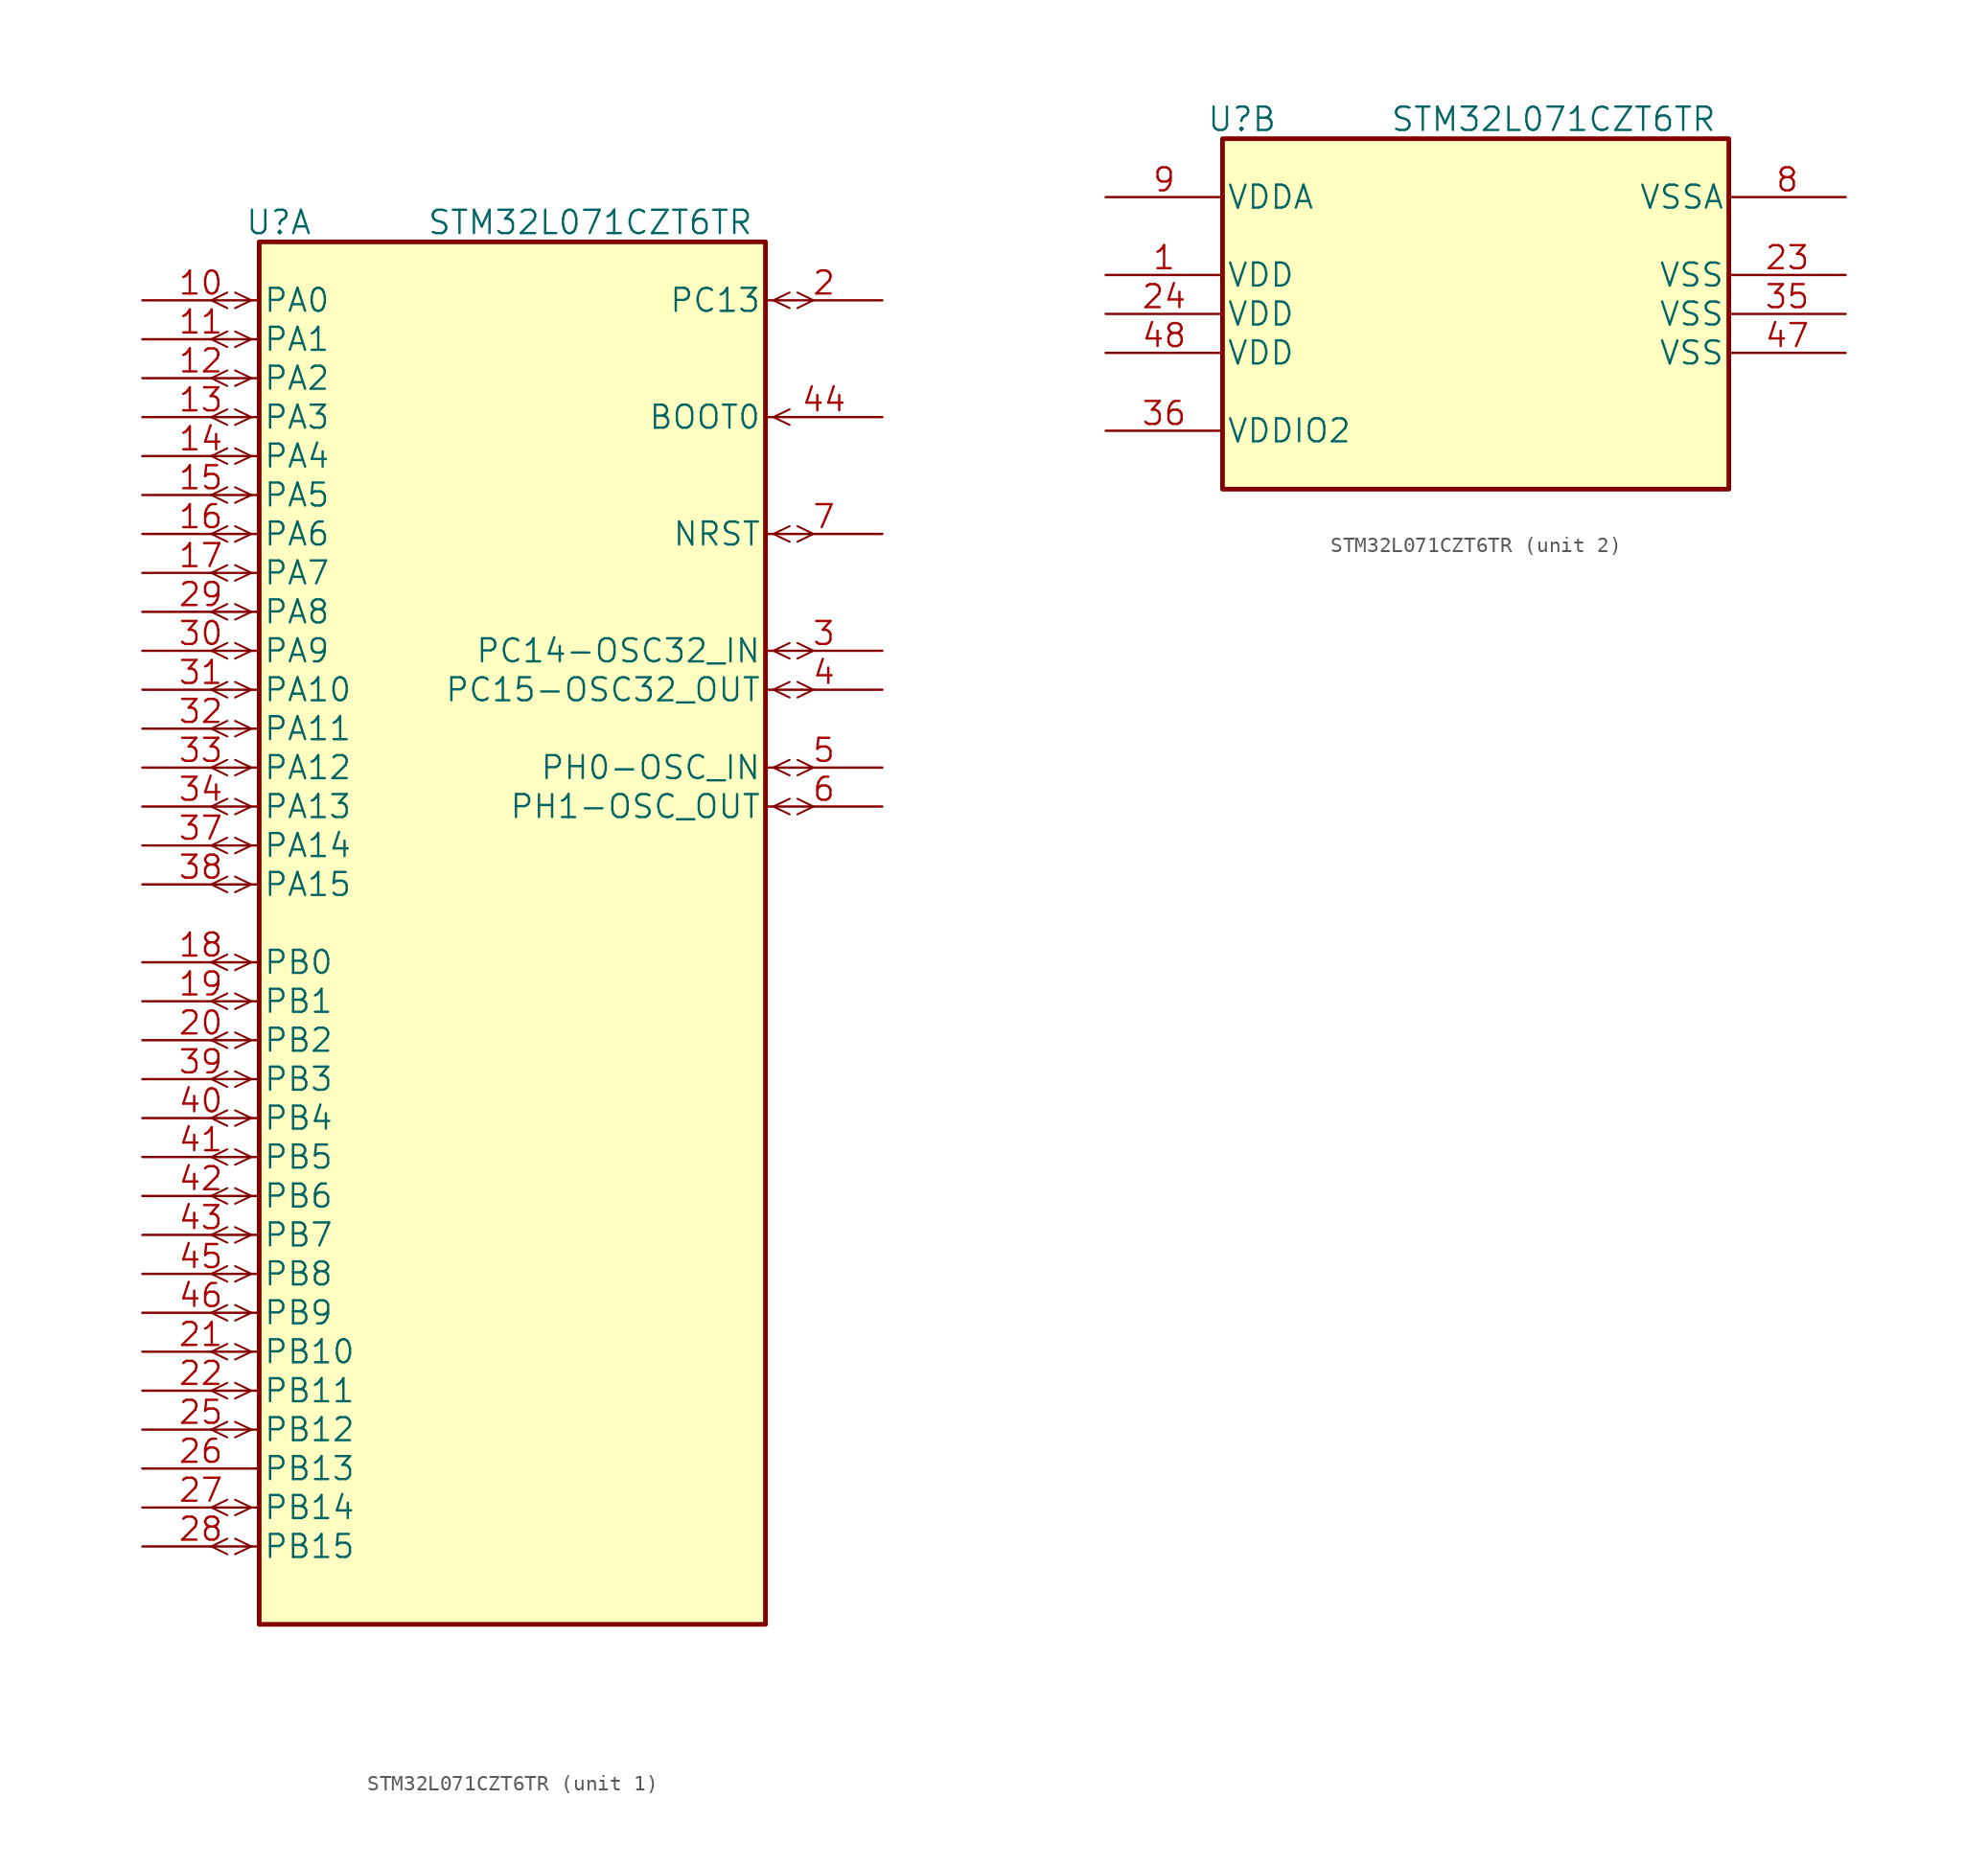
<source format=kicad_sym>
(kicad_symbol_lib
  (version 20211014)
  (generator kicad_symbol_editor)
  (symbol "STM32L071CZT6TR"
    (pin_names
      (offset 0.254))
    (property "Reference" "U"
      (at 8.89 5.08 0)
      (effects (font (size 1.524 1.524))))
    (property "Value" "STM32L071CZT6TR"
      (at 29.21 5.08 0)
      (effects (font (size 1.524 1.524))))
    (symbol "STM32L071CZT6TR_1_1"
      (polyline (pts (xy 5.537 -81.788) (xy 4.496 -81.28)) (stroke (width 0.127) (type default) (color 0 0 0 0)) (fill (type none)))
      (polyline (pts (xy 5.537 -80.772) (xy 4.496 -81.28)) (stroke (width 0.127) (type default) (color 0 0 0 0)) (fill (type none)))
      (polyline (pts (xy 5.537 -79.248) (xy 4.496 -78.74)) (stroke (width 0.127) (type default) (color 0 0 0 0)) (fill (type none)))
      (polyline (pts (xy 5.537 -78.232) (xy 4.496 -78.74)) (stroke (width 0.127) (type default) (color 0 0 0 0)) (fill (type none)))
      (polyline (pts (xy 5.537 -74.168) (xy 4.496 -73.66)) (stroke (width 0.127) (type default) (color 0 0 0 0)) (fill (type none)))
      (polyline (pts (xy 5.537 -73.152) (xy 4.496 -73.66)) (stroke (width 0.127) (type default) (color 0 0 0 0)) (fill (type none)))
      (polyline (pts (xy 5.537 -71.628) (xy 4.496 -71.12)) (stroke (width 0.127) (type default) (color 0 0 0 0)) (fill (type none)))
      (polyline (pts (xy 5.537 -70.612) (xy 4.496 -71.12)) (stroke (width 0.127) (type default) (color 0 0 0 0)) (fill (type none)))
      (polyline (pts (xy 5.537 -69.088) (xy 4.496 -68.58)) (stroke (width 0.127) (type default) (color 0 0 0 0)) (fill (type none)))
      (polyline (pts (xy 5.537 -68.072) (xy 4.496 -68.58)) (stroke (width 0.127) (type default) (color 0 0 0 0)) (fill (type none)))
      (polyline (pts (xy 5.537 -66.548) (xy 4.496 -66.04)) (stroke (width 0.127) (type default) (color 0 0 0 0)) (fill (type none)))
      (polyline (pts (xy 5.537 -65.532) (xy 4.496 -66.04)) (stroke (width 0.127) (type default) (color 0 0 0 0)) (fill (type none)))
      (polyline (pts (xy 5.537 -64.008) (xy 4.496 -63.5)) (stroke (width 0.127) (type default) (color 0 0 0 0)) (fill (type none)))
      (polyline (pts (xy 5.537 -62.992) (xy 4.496 -63.5)) (stroke (width 0.127) (type default) (color 0 0 0 0)) (fill (type none)))
      (polyline (pts (xy 5.537 -61.468) (xy 4.496 -60.96)) (stroke (width 0.127) (type default) (color 0 0 0 0)) (fill (type none)))
      (polyline (pts (xy 5.537 -60.452) (xy 4.496 -60.96)) (stroke (width 0.127) (type default) (color 0 0 0 0)) (fill (type none)))
      (polyline (pts (xy 5.537 -58.928) (xy 4.496 -58.42)) (stroke (width 0.127) (type default) (color 0 0 0 0)) (fill (type none)))
      (polyline (pts (xy 5.537 -57.912) (xy 4.496 -58.42)) (stroke (width 0.127) (type default) (color 0 0 0 0)) (fill (type none)))
      (polyline (pts (xy 5.537 -56.388) (xy 4.496 -55.88)) (stroke (width 0.127) (type default) (color 0 0 0 0)) (fill (type none)))
      (polyline (pts (xy 5.537 -55.372) (xy 4.496 -55.88)) (stroke (width 0.127) (type default) (color 0 0 0 0)) (fill (type none)))
      (polyline (pts (xy 5.537 -53.848) (xy 4.496 -53.34)) (stroke (width 0.127) (type default) (color 0 0 0 0)) (fill (type none)))
      (polyline (pts (xy 5.537 -52.832) (xy 4.496 -53.34)) (stroke (width 0.127) (type default) (color 0 0 0 0)) (fill (type none)))
      (polyline (pts (xy 5.537 -51.308) (xy 4.496 -50.8)) (stroke (width 0.127) (type default) (color 0 0 0 0)) (fill (type none)))
      (polyline (pts (xy 5.537 -50.292) (xy 4.496 -50.8)) (stroke (width 0.127) (type default) (color 0 0 0 0)) (fill (type none)))
      (polyline (pts (xy 5.537 -48.768) (xy 4.496 -48.26)) (stroke (width 0.127) (type default) (color 0 0 0 0)) (fill (type none)))
      (polyline (pts (xy 5.537 -47.752) (xy 4.496 -48.26)) (stroke (width 0.127) (type default) (color 0 0 0 0)) (fill (type none)))
      (polyline (pts (xy 5.537 -46.228) (xy 4.496 -45.72)) (stroke (width 0.127) (type default) (color 0 0 0 0)) (fill (type none)))
      (polyline (pts (xy 5.537 -45.212) (xy 4.496 -45.72)) (stroke (width 0.127) (type default) (color 0 0 0 0)) (fill (type none)))
      (polyline (pts (xy 5.537 -43.688) (xy 4.496 -43.18)) (stroke (width 0.127) (type default) (color 0 0 0 0)) (fill (type none)))
      (polyline (pts (xy 5.537 -42.672) (xy 4.496 -43.18)) (stroke (width 0.127) (type default) (color 0 0 0 0)) (fill (type none)))
      (polyline (pts (xy 5.537 -38.608) (xy 4.496 -38.1)) (stroke (width 0.127) (type default) (color 0 0 0 0)) (fill (type none)))
      (polyline (pts (xy 5.537 -37.592) (xy 4.496 -38.1)) (stroke (width 0.127) (type default) (color 0 0 0 0)) (fill (type none)))
      (polyline (pts (xy 5.537 -36.068) (xy 4.496 -35.56)) (stroke (width 0.127) (type default) (color 0 0 0 0)) (fill (type none)))
      (polyline (pts (xy 5.537 -35.052) (xy 4.496 -35.56)) (stroke (width 0.127) (type default) (color 0 0 0 0)) (fill (type none)))
      (polyline (pts (xy 5.537 -33.528) (xy 4.496 -33.02)) (stroke (width 0.127) (type default) (color 0 0 0 0)) (fill (type none)))
      (polyline (pts (xy 5.537 -32.512) (xy 4.496 -33.02)) (stroke (width 0.127) (type default) (color 0 0 0 0)) (fill (type none)))
      (polyline (pts (xy 5.537 -30.988) (xy 4.496 -30.48)) (stroke (width 0.127) (type default) (color 0 0 0 0)) (fill (type none)))
      (polyline (pts (xy 5.537 -29.972) (xy 4.496 -30.48)) (stroke (width 0.127) (type default) (color 0 0 0 0)) (fill (type none)))
      (polyline (pts (xy 5.537 -28.448) (xy 4.496 -27.94)) (stroke (width 0.127) (type default) (color 0 0 0 0)) (fill (type none)))
      (polyline (pts (xy 5.537 -27.432) (xy 4.496 -27.94)) (stroke (width 0.127) (type default) (color 0 0 0 0)) (fill (type none)))
      (polyline (pts (xy 5.537 -25.908) (xy 4.496 -25.4)) (stroke (width 0.127) (type default) (color 0 0 0 0)) (fill (type none)))
      (polyline (pts (xy 5.537 -24.892) (xy 4.496 -25.4)) (stroke (width 0.127) (type default) (color 0 0 0 0)) (fill (type none)))
      (polyline (pts (xy 5.537 -23.368) (xy 4.496 -22.86)) (stroke (width 0.127) (type default) (color 0 0 0 0)) (fill (type none)))
      (polyline (pts (xy 5.537 -22.352) (xy 4.496 -22.86)) (stroke (width 0.127) (type default) (color 0 0 0 0)) (fill (type none)))
      (polyline (pts (xy 5.537 -20.828) (xy 4.496 -20.32)) (stroke (width 0.127) (type default) (color 0 0 0 0)) (fill (type none)))
      (polyline (pts (xy 5.537 -19.812) (xy 4.496 -20.32)) (stroke (width 0.127) (type default) (color 0 0 0 0)) (fill (type none)))
      (polyline (pts (xy 5.537 -18.288) (xy 4.496 -17.78)) (stroke (width 0.127) (type default) (color 0 0 0 0)) (fill (type none)))
      (polyline (pts (xy 5.537 -17.272) (xy 4.496 -17.78)) (stroke (width 0.127) (type default) (color 0 0 0 0)) (fill (type none)))
      (polyline (pts (xy 5.537 -15.748) (xy 4.496 -15.24)) (stroke (width 0.127) (type default) (color 0 0 0 0)) (fill (type none)))
      (polyline (pts (xy 5.537 -14.732) (xy 4.496 -15.24)) (stroke (width 0.127) (type default) (color 0 0 0 0)) (fill (type none)))
      (polyline (pts (xy 5.537 -13.208) (xy 4.496 -12.7)) (stroke (width 0.127) (type default) (color 0 0 0 0)) (fill (type none)))
      (polyline (pts (xy 5.537 -12.192) (xy 4.496 -12.7)) (stroke (width 0.127) (type default) (color 0 0 0 0)) (fill (type none)))
      (polyline (pts (xy 5.537 -10.668) (xy 4.496 -10.16)) (stroke (width 0.127) (type default) (color 0 0 0 0)) (fill (type none)))
      (polyline (pts (xy 5.537 -9.652) (xy 4.496 -10.16)) (stroke (width 0.127) (type default) (color 0 0 0 0)) (fill (type none)))
      (polyline (pts (xy 5.537 -8.128) (xy 4.496 -7.62)) (stroke (width 0.127) (type default) (color 0 0 0 0)) (fill (type none)))
      (polyline (pts (xy 5.537 -7.112) (xy 4.496 -7.62)) (stroke (width 0.127) (type default) (color 0 0 0 0)) (fill (type none)))
      (polyline (pts (xy 5.537 -5.588) (xy 4.496 -5.08)) (stroke (width 0.127) (type default) (color 0 0 0 0)) (fill (type none)))
      (polyline (pts (xy 5.537 -4.572) (xy 4.496 -5.08)) (stroke (width 0.127) (type default) (color 0 0 0 0)) (fill (type none)))
      (polyline (pts (xy 5.537 -3.048) (xy 4.496 -2.54)) (stroke (width 0.127) (type default) (color 0 0 0 0)) (fill (type none)))
      (polyline (pts (xy 5.537 -2.032) (xy 4.496 -2.54)) (stroke (width 0.127) (type default) (color 0 0 0 0)) (fill (type none)))
      (polyline (pts (xy 5.537 -0.508) (xy 4.496 0)) (stroke (width 0.127) (type default) (color 0 0 0 0)) (fill (type none)))
      (polyline (pts (xy 5.537 0.508) (xy 4.496 0)) (stroke (width 0.127) (type default) (color 0 0 0 0)) (fill (type none)))
      (polyline (pts (xy 7.112 -81.28) (xy 6.045 -81.788)) (stroke (width 0.127) (type default) (color 0 0 0 0)) (fill (type none)))
      (polyline (pts (xy 7.112 -81.28) (xy 6.045 -80.772)) (stroke (width 0.127) (type default) (color 0 0 0 0)) (fill (type none)))
      (polyline (pts (xy 7.112 -78.74) (xy 6.045 -79.248)) (stroke (width 0.127) (type default) (color 0 0 0 0)) (fill (type none)))
      (polyline (pts (xy 7.112 -78.74) (xy 6.045 -78.232)) (stroke (width 0.127) (type default) (color 0 0 0 0)) (fill (type none)))
      (polyline (pts (xy 7.112 -73.66) (xy 6.045 -74.168)) (stroke (width 0.127) (type default) (color 0 0 0 0)) (fill (type none)))
      (polyline (pts (xy 7.112 -73.66) (xy 6.045 -73.152)) (stroke (width 0.127) (type default) (color 0 0 0 0)) (fill (type none)))
      (polyline (pts (xy 7.112 -71.12) (xy 6.045 -71.628)) (stroke (width 0.127) (type default) (color 0 0 0 0)) (fill (type none)))
      (polyline (pts (xy 7.112 -71.12) (xy 6.045 -70.612)) (stroke (width 0.127) (type default) (color 0 0 0 0)) (fill (type none)))
      (polyline (pts (xy 7.112 -68.58) (xy 6.045 -69.088)) (stroke (width 0.127) (type default) (color 0 0 0 0)) (fill (type none)))
      (polyline (pts (xy 7.112 -68.58) (xy 6.045 -68.072)) (stroke (width 0.127) (type default) (color 0 0 0 0)) (fill (type none)))
      (polyline (pts (xy 7.112 -66.04) (xy 6.045 -66.548)) (stroke (width 0.127) (type default) (color 0 0 0 0)) (fill (type none)))
      (polyline (pts (xy 7.112 -66.04) (xy 6.045 -65.532)) (stroke (width 0.127) (type default) (color 0 0 0 0)) (fill (type none)))
      (polyline (pts (xy 7.112 -63.5) (xy 6.045 -64.008)) (stroke (width 0.127) (type default) (color 0 0 0 0)) (fill (type none)))
      (polyline (pts (xy 7.112 -63.5) (xy 6.045 -62.992)) (stroke (width 0.127) (type default) (color 0 0 0 0)) (fill (type none)))
      (polyline (pts (xy 7.112 -60.96) (xy 6.045 -61.468)) (stroke (width 0.127) (type default) (color 0 0 0 0)) (fill (type none)))
      (polyline (pts (xy 7.112 -60.96) (xy 6.045 -60.452)) (stroke (width 0.127) (type default) (color 0 0 0 0)) (fill (type none)))
      (polyline (pts (xy 7.112 -58.42) (xy 6.045 -58.928)) (stroke (width 0.127) (type default) (color 0 0 0 0)) (fill (type none)))
      (polyline (pts (xy 7.112 -58.42) (xy 6.045 -57.912)) (stroke (width 0.127) (type default) (color 0 0 0 0)) (fill (type none)))
      (polyline (pts (xy 7.112 -55.88) (xy 6.045 -56.388)) (stroke (width 0.127) (type default) (color 0 0 0 0)) (fill (type none)))
      (polyline (pts (xy 7.112 -55.88) (xy 6.045 -55.372)) (stroke (width 0.127) (type default) (color 0 0 0 0)) (fill (type none)))
      (polyline (pts (xy 7.112 -53.34) (xy 6.045 -53.848)) (stroke (width 0.127) (type default) (color 0 0 0 0)) (fill (type none)))
      (polyline (pts (xy 7.112 -53.34) (xy 6.045 -52.832)) (stroke (width 0.127) (type default) (color 0 0 0 0)) (fill (type none)))
      (polyline (pts (xy 7.112 -50.8) (xy 6.045 -51.308)) (stroke (width 0.127) (type default) (color 0 0 0 0)) (fill (type none)))
      (polyline (pts (xy 7.112 -50.8) (xy 6.045 -50.292)) (stroke (width 0.127) (type default) (color 0 0 0 0)) (fill (type none)))
      (polyline (pts (xy 7.112 -48.26) (xy 6.045 -48.768)) (stroke (width 0.127) (type default) (color 0 0 0 0)) (fill (type none)))
      (polyline (pts (xy 7.112 -48.26) (xy 6.045 -47.752)) (stroke (width 0.127) (type default) (color 0 0 0 0)) (fill (type none)))
      (polyline (pts (xy 7.112 -45.72) (xy 6.045 -46.228)) (stroke (width 0.127) (type default) (color 0 0 0 0)) (fill (type none)))
      (polyline (pts (xy 7.112 -45.72) (xy 6.045 -45.212)) (stroke (width 0.127) (type default) (color 0 0 0 0)) (fill (type none)))
      (polyline (pts (xy 7.112 -43.18) (xy 6.045 -43.688)) (stroke (width 0.127) (type default) (color 0 0 0 0)) (fill (type none)))
      (polyline (pts (xy 7.112 -43.18) (xy 6.045 -42.672)) (stroke (width 0.127) (type default) (color 0 0 0 0)) (fill (type none)))
      (polyline (pts (xy 7.112 -38.1) (xy 6.045 -38.608)) (stroke (width 0.127) (type default) (color 0 0 0 0)) (fill (type none)))
      (polyline (pts (xy 7.112 -38.1) (xy 6.045 -37.592)) (stroke (width 0.127) (type default) (color 0 0 0 0)) (fill (type none)))
      (polyline (pts (xy 7.112 -35.56) (xy 6.045 -36.068)) (stroke (width 0.127) (type default) (color 0 0 0 0)) (fill (type none)))
      (polyline (pts (xy 7.112 -35.56) (xy 6.045 -35.052)) (stroke (width 0.127) (type default) (color 0 0 0 0)) (fill (type none)))
      (polyline (pts (xy 7.112 -33.02) (xy 6.045 -33.528)) (stroke (width 0.127) (type default) (color 0 0 0 0)) (fill (type none)))
      (polyline (pts (xy 7.112 -33.02) (xy 6.045 -32.512)) (stroke (width 0.127) (type default) (color 0 0 0 0)) (fill (type none)))
      (polyline (pts (xy 7.112 -30.48) (xy 6.045 -30.988)) (stroke (width 0.127) (type default) (color 0 0 0 0)) (fill (type none)))
      (polyline (pts (xy 7.112 -30.48) (xy 6.045 -29.972)) (stroke (width 0.127) (type default) (color 0 0 0 0)) (fill (type none)))
      (polyline (pts (xy 7.112 -27.94) (xy 6.045 -28.448)) (stroke (width 0.127) (type default) (color 0 0 0 0)) (fill (type none)))
      (polyline (pts (xy 7.112 -27.94) (xy 6.045 -27.432)) (stroke (width 0.127) (type default) (color 0 0 0 0)) (fill (type none)))
      (polyline (pts (xy 7.112 -25.4) (xy 6.045 -25.908)) (stroke (width 0.127) (type default) (color 0 0 0 0)) (fill (type none)))
      (polyline (pts (xy 7.112 -25.4) (xy 6.045 -24.892)) (stroke (width 0.127) (type default) (color 0 0 0 0)) (fill (type none)))
      (polyline (pts (xy 7.112 -22.86) (xy 6.045 -23.368)) (stroke (width 0.127) (type default) (color 0 0 0 0)) (fill (type none)))
      (polyline (pts (xy 7.112 -22.86) (xy 6.045 -22.352)) (stroke (width 0.127) (type default) (color 0 0 0 0)) (fill (type none)))
      (polyline (pts (xy 7.112 -20.32) (xy 6.045 -20.828)) (stroke (width 0.127) (type default) (color 0 0 0 0)) (fill (type none)))
      (polyline (pts (xy 7.112 -20.32) (xy 6.045 -19.812)) (stroke (width 0.127) (type default) (color 0 0 0 0)) (fill (type none)))
      (polyline (pts (xy 7.112 -17.78) (xy 6.045 -18.288)) (stroke (width 0.127) (type default) (color 0 0 0 0)) (fill (type none)))
      (polyline (pts (xy 7.112 -17.78) (xy 6.045 -17.272)) (stroke (width 0.127) (type default) (color 0 0 0 0)) (fill (type none)))
      (polyline (pts (xy 7.112 -15.24) (xy 6.045 -15.748)) (stroke (width 0.127) (type default) (color 0 0 0 0)) (fill (type none)))
      (polyline (pts (xy 7.112 -15.24) (xy 6.045 -14.732)) (stroke (width 0.127) (type default) (color 0 0 0 0)) (fill (type none)))
      (polyline (pts (xy 7.112 -12.7) (xy 6.045 -13.208)) (stroke (width 0.127) (type default) (color 0 0 0 0)) (fill (type none)))
      (polyline (pts (xy 7.112 -12.7) (xy 6.045 -12.192)) (stroke (width 0.127) (type default) (color 0 0 0 0)) (fill (type none)))
      (polyline (pts (xy 7.112 -10.16) (xy 6.045 -10.668)) (stroke (width 0.127) (type default) (color 0 0 0 0)) (fill (type none)))
      (polyline (pts (xy 7.112 -10.16) (xy 6.045 -9.652)) (stroke (width 0.127) (type default) (color 0 0 0 0)) (fill (type none)))
      (polyline (pts (xy 7.112 -7.62) (xy 6.045 -8.128)) (stroke (width 0.127) (type default) (color 0 0 0 0)) (fill (type none)))
      (polyline (pts (xy 7.112 -7.62) (xy 6.045 -7.112)) (stroke (width 0.127) (type default) (color 0 0 0 0)) (fill (type none)))
      (polyline (pts (xy 7.112 -5.08) (xy 6.045 -5.588)) (stroke (width 0.127) (type default) (color 0 0 0 0)) (fill (type none)))
      (polyline (pts (xy 7.112 -5.08) (xy 6.045 -4.572)) (stroke (width 0.127) (type default) (color 0 0 0 0)) (fill (type none)))
      (polyline (pts (xy 7.112 -2.54) (xy 6.045 -3.048)) (stroke (width 0.127) (type default) (color 0 0 0 0)) (fill (type none)))
      (polyline (pts (xy 7.112 -2.54) (xy 6.045 -2.032)) (stroke (width 0.127) (type default) (color 0 0 0 0)) (fill (type none)))
      (polyline (pts (xy 7.112 0) (xy 6.045 -0.508)) (stroke (width 0.127) (type default) (color 0 0 0 0)) (fill (type none)))
      (polyline (pts (xy 7.112 0) (xy 6.045 0.508)) (stroke (width 0.127) (type default) (color 0 0 0 0)) (fill (type none)))
      (polyline (pts (xy 41.148 -33.02) (xy 42.215 -33.528)) (stroke (width 0.127) (type default) (color 0 0 0 0)) (fill (type none)))
      (polyline (pts (xy 41.148 -33.02) (xy 42.215 -32.512)) (stroke (width 0.127) (type default) (color 0 0 0 0)) (fill (type none)))
      (polyline (pts (xy 41.148 -30.48) (xy 42.215 -30.988)) (stroke (width 0.127) (type default) (color 0 0 0 0)) (fill (type none)))
      (polyline (pts (xy 41.148 -30.48) (xy 42.215 -29.972)) (stroke (width 0.127) (type default) (color 0 0 0 0)) (fill (type none)))
      (polyline (pts (xy 41.148 -25.4) (xy 42.215 -25.908)) (stroke (width 0.127) (type default) (color 0 0 0 0)) (fill (type none)))
      (polyline (pts (xy 41.148 -25.4) (xy 42.215 -24.892)) (stroke (width 0.127) (type default) (color 0 0 0 0)) (fill (type none)))
      (polyline (pts (xy 41.148 -22.86) (xy 42.215 -23.368)) (stroke (width 0.127) (type default) (color 0 0 0 0)) (fill (type none)))
      (polyline (pts (xy 41.148 -22.86) (xy 42.215 -22.352)) (stroke (width 0.127) (type default) (color 0 0 0 0)) (fill (type none)))
      (polyline (pts (xy 41.148 -15.24) (xy 42.215 -15.748)) (stroke (width 0.127) (type default) (color 0 0 0 0)) (fill (type none)))
      (polyline (pts (xy 41.148 -15.24) (xy 42.215 -14.732)) (stroke (width 0.127) (type default) (color 0 0 0 0)) (fill (type none)))
      (polyline (pts (xy 41.148 -7.62) (xy 42.215 -8.128)) (stroke (width 0.127) (type default) (color 0 0 0 0)) (fill (type none)))
      (polyline (pts (xy 41.148 -7.62) (xy 42.215 -7.112)) (stroke (width 0.127) (type default) (color 0 0 0 0)) (fill (type none)))
      (polyline (pts (xy 41.148 0) (xy 42.215 -0.508)) (stroke (width 0.127) (type default) (color 0 0 0 0)) (fill (type none)))
      (polyline (pts (xy 41.148 0) (xy 42.215 0.508)) (stroke (width 0.127) (type default) (color 0 0 0 0)) (fill (type none)))
      (polyline (pts (xy 42.723 -33.528) (xy 43.764 -33.02)) (stroke (width 0.127) (type default) (color 0 0 0 0)) (fill (type none)))
      (polyline (pts (xy 42.723 -32.512) (xy 43.764 -33.02)) (stroke (width 0.127) (type default) (color 0 0 0 0)) (fill (type none)))
      (polyline (pts (xy 42.723 -30.988) (xy 43.764 -30.48)) (stroke (width 0.127) (type default) (color 0 0 0 0)) (fill (type none)))
      (polyline (pts (xy 42.723 -29.972) (xy 43.764 -30.48)) (stroke (width 0.127) (type default) (color 0 0 0 0)) (fill (type none)))
      (polyline (pts (xy 42.723 -25.908) (xy 43.764 -25.4)) (stroke (width 0.127) (type default) (color 0 0 0 0)) (fill (type none)))
      (polyline (pts (xy 42.723 -24.892) (xy 43.764 -25.4)) (stroke (width 0.127) (type default) (color 0 0 0 0)) (fill (type none)))
      (polyline (pts (xy 42.723 -23.368) (xy 43.764 -22.86)) (stroke (width 0.127) (type default) (color 0 0 0 0)) (fill (type none)))
      (polyline (pts (xy 42.723 -22.352) (xy 43.764 -22.86)) (stroke (width 0.127) (type default) (color 0 0 0 0)) (fill (type none)))
      (polyline (pts (xy 42.723 -15.748) (xy 43.764 -15.24)) (stroke (width 0.127) (type default) (color 0 0 0 0)) (fill (type none)))
      (polyline (pts (xy 42.723 -14.732) (xy 43.764 -15.24)) (stroke (width 0.127) (type default) (color 0 0 0 0)) (fill (type none)))
      (polyline (pts (xy 42.723 -0.508) (xy 43.764 0)) (stroke (width 0.127) (type default) (color 0 0 0 0)) (fill (type none)))
      (polyline (pts (xy 42.723 0.508) (xy 43.764 0)) (stroke (width 0.127) (type default) (color 0 0 0 0)) (fill (type none)))
      (rectangle (start 7.62 3.81) (end 40.64 -86.36) (stroke (width 0.305) (type default) (color 0 0 0 0)) (fill (type background)))
      (pin bidirectional line (at 0 0 0) (length 7.62) (name "PA0" (effects (font (size 1.499 1.499)))) (number "10" (effects (font (size 1.499 1.499)))))
      (pin bidirectional line (at 0 -2.54 0) (length 7.62) (name "PA1" (effects (font (size 1.499 1.499)))) (number "11" (effects (font (size 1.499 1.499)))))
      (pin bidirectional line (at 0 -5.08 0) (length 7.62) (name "PA2" (effects (font (size 1.499 1.499)))) (number "12" (effects (font (size 1.499 1.499)))))
      (pin bidirectional line (at 0 -7.62 0) (length 7.62) (name "PA3" (effects (font (size 1.499 1.499)))) (number "13" (effects (font (size 1.499 1.499)))))
      (pin bidirectional line (at 0 -10.16 0) (length 7.62) (name "PA4" (effects (font (size 1.499 1.499)))) (number "14" (effects (font (size 1.499 1.499)))))
      (pin bidirectional line (at 0 -12.7 0) (length 7.62) (name "PA5" (effects (font (size 1.499 1.499)))) (number "15" (effects (font (size 1.499 1.499)))))
      (pin bidirectional line (at 0 -15.24 0) (length 7.62) (name "PA6" (effects (font (size 1.499 1.499)))) (number "16" (effects (font (size 1.499 1.499)))))
      (pin bidirectional line (at 0 -17.78 0) (length 7.62) (name "PA7" (effects (font (size 1.499 1.499)))) (number "17" (effects (font (size 1.499 1.499)))))
      (pin bidirectional line (at 0 -43.18 0) (length 7.62) (name "PB0" (effects (font (size 1.499 1.499)))) (number "18" (effects (font (size 1.499 1.499)))))
      (pin bidirectional line (at 0 -45.72 0) (length 7.62) (name "PB1" (effects (font (size 1.499 1.499)))) (number "19" (effects (font (size 1.499 1.499)))))
      (pin bidirectional line (at 48.26 0 180) (length 7.62) (name "PC13" (effects (font (size 1.499 1.499)))) (number "2" (effects (font (size 1.499 1.499)))))
      (pin bidirectional line (at 0 -48.26 0) (length 7.62) (name "PB2" (effects (font (size 1.499 1.499)))) (number "20" (effects (font (size 1.499 1.499)))))
      (pin bidirectional line (at 0 -68.58 0) (length 7.62) (name "PB10" (effects (font (size 1.499 1.499)))) (number "21" (effects (font (size 1.499 1.499)))))
      (pin bidirectional line (at 0 -71.12 0) (length 7.62) (name "PB11" (effects (font (size 1.499 1.499)))) (number "22" (effects (font (size 1.499 1.499)))))
      (pin bidirectional line (at 0 -73.66 0) (length 7.62) (name "PB12" (effects (font (size 1.499 1.499)))) (number "25" (effects (font (size 1.499 1.499)))))
      (pin bidirectional line (at 0 -76.2 0) (length 7.62) (name "PB13" (effects (font (size 1.499 1.499)))) (number "26" (effects (font (size 1.499 1.499)))))
      (pin bidirectional line (at 0 -78.74 0) (length 7.62) (name "PB14" (effects (font (size 1.499 1.499)))) (number "27" (effects (font (size 1.499 1.499)))))
      (pin bidirectional line (at 0 -81.28 0) (length 7.62) (name "PB15" (effects (font (size 1.499 1.499)))) (number "28" (effects (font (size 1.499 1.499)))))
      (pin bidirectional line (at 0 -20.32 0) (length 7.62) (name "PA8" (effects (font (size 1.499 1.499)))) (number "29" (effects (font (size 1.499 1.499)))))
      (pin bidirectional line (at 48.26 -22.86 180) (length 7.62) (name "PC14-OSC32_IN" (effects (font (size 1.499 1.499)))) (number "3" (effects (font (size 1.499 1.499)))))
      (pin bidirectional line (at 0 -22.86 0) (length 7.62) (name "PA9" (effects (font (size 1.499 1.499)))) (number "30" (effects (font (size 1.499 1.499)))))
      (pin bidirectional line (at 0 -25.4 0) (length 7.62) (name "PA10" (effects (font (size 1.499 1.499)))) (number "31" (effects (font (size 1.499 1.499)))))
      (pin bidirectional line (at 0 -27.94 0) (length 7.62) (name "PA11" (effects (font (size 1.499 1.499)))) (number "32" (effects (font (size 1.499 1.499)))))
      (pin bidirectional line (at 0 -30.48 0) (length 7.62) (name "PA12" (effects (font (size 1.499 1.499)))) (number "33" (effects (font (size 1.499 1.499)))))
      (pin bidirectional line (at 0 -33.02 0) (length 7.62) (name "PA13" (effects (font (size 1.499 1.499)))) (number "34" (effects (font (size 1.499 1.499)))))
      (pin bidirectional line (at 0 -35.56 0) (length 7.62) (name "PA14" (effects (font (size 1.499 1.499)))) (number "37" (effects (font (size 1.499 1.499)))))
      (pin bidirectional line (at 0 -38.1 0) (length 7.62) (name "PA15" (effects (font (size 1.499 1.499)))) (number "38" (effects (font (size 1.499 1.499)))))
      (pin bidirectional line (at 0 -50.8 0) (length 7.62) (name "PB3" (effects (font (size 1.499 1.499)))) (number "39" (effects (font (size 1.499 1.499)))))
      (pin bidirectional line (at 48.26 -25.4 180) (length 7.62) (name "PC15-OSC32_OUT" (effects (font (size 1.499 1.499)))) (number "4" (effects (font (size 1.499 1.499)))))
      (pin bidirectional line (at 0 -53.34 0) (length 7.62) (name "PB4" (effects (font (size 1.499 1.499)))) (number "40" (effects (font (size 1.499 1.499)))))
      (pin bidirectional line (at 0 -55.88 0) (length 7.62) (name "PB5" (effects (font (size 1.499 1.499)))) (number "41" (effects (font (size 1.499 1.499)))))
      (pin bidirectional line (at 0 -58.42 0) (length 7.62) (name "PB6" (effects (font (size 1.499 1.499)))) (number "42" (effects (font (size 1.499 1.499)))))
      (pin bidirectional line (at 0 -60.96 0) (length 7.62) (name "PB7" (effects (font (size 1.499 1.499)))) (number "43" (effects (font (size 1.499 1.499)))))
      (pin input line (at 48.26 -7.62 180) (length 7.62) (name "BOOT0" (effects (font (size 1.499 1.499)))) (number "44" (effects (font (size 1.499 1.499)))))
      (pin bidirectional line (at 0 -63.5 0) (length 7.62) (name "PB8" (effects (font (size 1.499 1.499)))) (number "45" (effects (font (size 1.499 1.499)))))
      (pin bidirectional line (at 0 -66.04 0) (length 7.62) (name "PB9" (effects (font (size 1.499 1.499)))) (number "46" (effects (font (size 1.499 1.499)))))
      (pin bidirectional line (at 48.26 -30.48 180) (length 7.62) (name "PH0-OSC_IN" (effects (font (size 1.499 1.499)))) (number "5" (effects (font (size 1.499 1.499)))))
      (pin bidirectional line (at 48.26 -33.02 180) (length 7.62) (name "PH1-OSC_OUT" (effects (font (size 1.499 1.499)))) (number "6" (effects (font (size 1.499 1.499)))))
      (pin bidirectional line (at 48.26 -15.24 180) (length 7.62) (name "NRST" (effects (font (size 1.499 1.499)))) (number "7" (effects (font (size 1.499 1.499))))))
    (symbol "STM32L071CZT6TR_2_1"
      (rectangle (start 7.62 3.81) (end 40.64 -19.05) (stroke (width 0.305) (type default) (color 0 0 0 0)) (fill (type background)))
      (pin power_in line (at 0 -5.08 0) (length 7.62) (name "VDD" (effects (font (size 1.499 1.499)))) (number "1" (effects (font (size 1.499 1.499)))))
      (pin power_in line (at 48.26 -5.08 180) (length 7.62) (name "VSS" (effects (font (size 1.499 1.499)))) (number "23" (effects (font (size 1.499 1.499)))))
      (pin power_in line (at 0 -7.62 0) (length 7.62) (name "VDD" (effects (font (size 1.499 1.499)))) (number "24" (effects (font (size 1.499 1.499)))))
      (pin power_in line (at 48.26 -7.62 180) (length 7.62) (name "VSS" (effects (font (size 1.499 1.499)))) (number "35" (effects (font (size 1.499 1.499)))))
      (pin power_in line (at 0 -15.24 0) (length 7.62) (name "VDDIO2" (effects (font (size 1.499 1.499)))) (number "36" (effects (font (size 1.499 1.499)))))
      (pin power_in line (at 48.26 -10.16 180) (length 7.62) (name "VSS" (effects (font (size 1.499 1.499)))) (number "47" (effects (font (size 1.499 1.499)))))
      (pin power_in line (at 0 -10.16 0) (length 7.62) (name "VDD" (effects (font (size 1.499 1.499)))) (number "48" (effects (font (size 1.499 1.499)))))
      (pin power_in line (at 48.26 0 180) (length 7.62) (name "VSSA" (effects (font (size 1.499 1.499)))) (number "8" (effects (font (size 1.499 1.499)))))
      (pin power_in line (at 0 0 0) (length 7.62) (name "VDDA" (effects (font (size 1.499 1.499)))) (number "9" (effects (font (size 1.499 1.499))))))))
</source>
